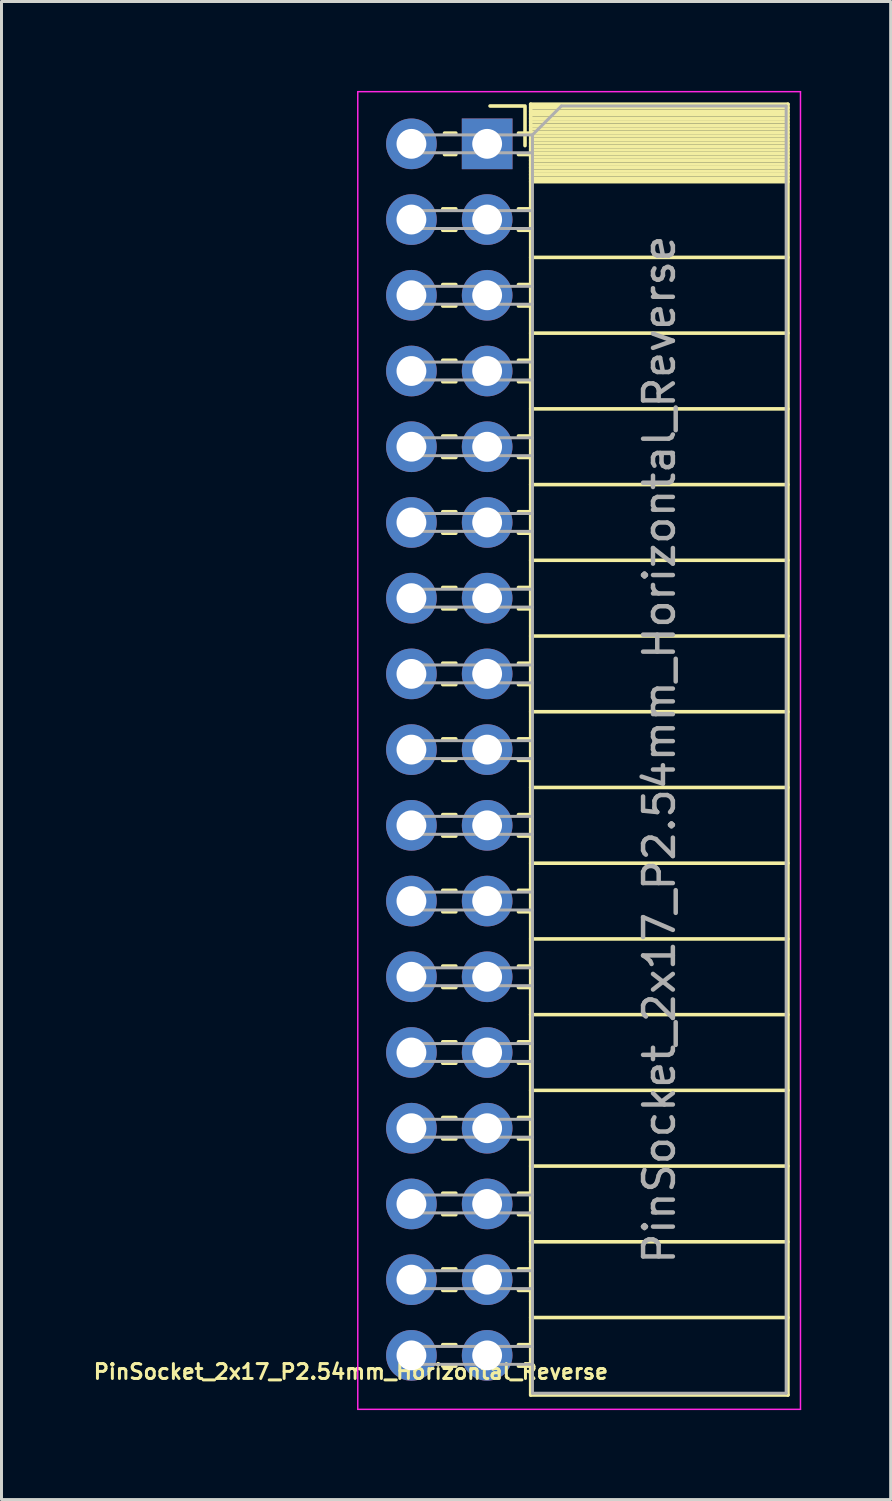
<source format=kicad_pcb>
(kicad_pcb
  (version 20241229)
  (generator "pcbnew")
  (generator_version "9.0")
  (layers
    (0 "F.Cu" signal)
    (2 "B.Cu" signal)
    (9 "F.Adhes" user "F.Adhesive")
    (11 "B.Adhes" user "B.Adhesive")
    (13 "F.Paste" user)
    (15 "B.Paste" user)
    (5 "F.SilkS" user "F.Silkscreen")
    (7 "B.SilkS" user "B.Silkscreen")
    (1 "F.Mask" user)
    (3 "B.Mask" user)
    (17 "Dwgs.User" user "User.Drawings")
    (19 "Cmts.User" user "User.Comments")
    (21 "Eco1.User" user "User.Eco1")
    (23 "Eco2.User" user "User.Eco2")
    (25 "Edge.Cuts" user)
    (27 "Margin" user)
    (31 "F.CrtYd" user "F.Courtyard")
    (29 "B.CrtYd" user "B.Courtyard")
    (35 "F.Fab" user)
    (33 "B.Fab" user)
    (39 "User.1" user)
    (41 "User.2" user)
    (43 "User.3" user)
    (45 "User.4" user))
  (footprint "PinSocket_2x17_P2.54mm_Horizontal_Reverse"
    (layer "F.Cu")
    (at 13.291 1.775)
    (property "Reference" "PinSocket_2x17_P2.54mm_Horizontal_Reverse" (at -4.572 41.188 0) (layer "F.SilkS") (effects (font (size 0.5 0.5) (thickness 0.1))))
    (attr through_hole)
    (fp_line (start -1.05 -0.36) (end -1.43 -0.36) (stroke (width 0.12) (type solid)) (layer "F.SilkS"))
    (fp_line (start -1.05 0.36) (end -1.43 0.36) (stroke (width 0.12) (type solid)) (layer "F.SilkS"))
    (fp_line (start -1.05 2.18) (end -1.49 2.18) (stroke (width 0.12) (type solid)) (layer "F.SilkS"))
    (fp_line (start -1.05 2.9) (end -1.49 2.9) (stroke (width 0.12) (type solid)) (layer "F.SilkS"))
    (fp_line (start -1.05 4.72) (end -1.49 4.72) (stroke (width 0.12) (type solid)) (layer "F.SilkS"))
    (fp_line (start -1.05 5.44) (end -1.49 5.44) (stroke (width 0.12) (type solid)) (layer "F.SilkS"))
    (fp_line (start -1.05 7.26) (end -1.49 7.26) (stroke (width 0.12) (type solid)) (layer "F.SilkS"))
    (fp_line (start -1.05 7.98) (end -1.49 7.98) (stroke (width 0.12) (type solid)) (layer "F.SilkS"))
    (fp_line (start -1.05 9.8) (end -1.49 9.8) (stroke (width 0.12) (type solid)) (layer "F.SilkS"))
    (fp_line (start -1.05 10.52) (end -1.49 10.52) (stroke (width 0.12) (type solid)) (layer "F.SilkS"))
    (fp_line (start -1.05 12.34) (end -1.49 12.34) (stroke (width 0.12) (type solid)) (layer "F.SilkS"))
    (fp_line (start -1.05 13.06) (end -1.49 13.06) (stroke (width 0.12) (type solid)) (layer "F.SilkS"))
    (fp_line (start -1.05 14.88) (end -1.49 14.88) (stroke (width 0.12) (type solid)) (layer "F.SilkS"))
    (fp_line (start -1.05 15.6) (end -1.49 15.6) (stroke (width 0.12) (type solid)) (layer "F.SilkS"))
    (fp_line (start -1.05 17.42) (end -1.49 17.42) (stroke (width 0.12) (type solid)) (layer "F.SilkS"))
    (fp_line (start -1.05 18.14) (end -1.49 18.14) (stroke (width 0.12) (type solid)) (layer "F.SilkS"))
    (fp_line (start -1.05 19.96) (end -1.49 19.96) (stroke (width 0.12) (type solid)) (layer "F.SilkS"))
    (fp_line (start -1.05 20.68) (end -1.49 20.68) (stroke (width 0.12) (type solid)) (layer "F.SilkS"))
    (fp_line (start -1.05 22.5) (end -1.49 22.5) (stroke (width 0.12) (type solid)) (layer "F.SilkS"))
    (fp_line (start -1.05 23.22) (end -1.49 23.22) (stroke (width 0.12) (type solid)) (layer "F.SilkS"))
    (fp_line (start -1.05 25.04) (end -1.49 25.04) (stroke (width 0.12) (type solid)) (layer "F.SilkS"))
    (fp_line (start -1.05 25.76) (end -1.49 25.76) (stroke (width 0.12) (type solid)) (layer "F.SilkS"))
    (fp_line (start -1.05 27.58) (end -1.49 27.58) (stroke (width 0.12) (type solid)) (layer "F.SilkS"))
    (fp_line (start -1.05 28.3) (end -1.49 28.3) (stroke (width 0.12) (type solid)) (layer "F.SilkS"))
    (fp_line (start -1.05 30.12) (end -1.49 30.12) (stroke (width 0.12) (type solid)) (layer "F.SilkS"))
    (fp_line (start -1.05 30.84) (end -1.49 30.84) (stroke (width 0.12) (type solid)) (layer "F.SilkS"))
    (fp_line (start -1.05 32.66) (end -1.49 32.66) (stroke (width 0.12) (type solid)) (layer "F.SilkS"))
    (fp_line (start -1.05 33.38) (end -1.49 33.38) (stroke (width 0.12) (type solid)) (layer "F.SilkS"))
    (fp_line (start -1.05 35.2) (end -1.49 35.2) (stroke (width 0.12) (type solid)) (layer "F.SilkS"))
    (fp_line (start -1.05 35.92) (end -1.49 35.92) (stroke (width 0.12) (type solid)) (layer "F.SilkS"))
    (fp_line (start -1.05 37.74) (end -1.49 37.74) (stroke (width 0.12) (type solid)) (layer "F.SilkS"))
    (fp_line (start -1.05 38.46) (end -1.49 38.46) (stroke (width 0.12) (type solid)) (layer "F.SilkS"))
    (fp_line (start -1.05 40.28) (end -1.49 40.28) (stroke (width 0.12) (type solid)) (layer "F.SilkS"))
    (fp_line (start -1.05 41) (end -1.49 41) (stroke (width 0.12) (type solid)) (layer "F.SilkS"))
    (fp_line (start 1.206 -1.27) (end 0.097 -1.27) (stroke (width 0.12) (type solid)) (layer "F.SilkS"))
    (fp_line (start 1.27 -1.27) (end 1.27 0.06) (stroke (width 0.12) (type solid)) (layer "F.SilkS"))
    (fp_line (start 1.46 -1.33) (end 1.46 41.97) (stroke (width 0.12) (type solid)) (layer "F.SilkS"))
    (fp_line (start 1.46 -0.36) (end 1.05 -0.36) (stroke (width 0.12) (type solid)) (layer "F.SilkS"))
    (fp_line (start 1.46 0.36) (end 1.05 0.36) (stroke (width 0.12) (type solid)) (layer "F.SilkS"))
    (fp_line (start 1.46 2.18) (end 1.05 2.18) (stroke (width 0.12) (type solid)) (layer "F.SilkS"))
    (fp_line (start 1.46 2.9) (end 1.05 2.9) (stroke (width 0.12) (type solid)) (layer "F.SilkS"))
    (fp_line (start 1.46 4.72) (end 1.05 4.72) (stroke (width 0.12) (type solid)) (layer "F.SilkS"))
    (fp_line (start 1.46 5.44) (end 1.05 5.44) (stroke (width 0.12) (type solid)) (layer "F.SilkS"))
    (fp_line (start 1.46 7.26) (end 1.05 7.26) (stroke (width 0.12) (type solid)) (layer "F.SilkS"))
    (fp_line (start 1.46 7.98) (end 1.05 7.98) (stroke (width 0.12) (type solid)) (layer "F.SilkS"))
    (fp_line (start 1.46 9.8) (end 1.05 9.8) (stroke (width 0.12) (type solid)) (layer "F.SilkS"))
    (fp_line (start 1.46 10.52) (end 1.05 10.52) (stroke (width 0.12) (type solid)) (layer "F.SilkS"))
    (fp_line (start 1.46 12.34) (end 1.05 12.34) (stroke (width 0.12) (type solid)) (layer "F.SilkS"))
    (fp_line (start 1.46 13.06) (end 1.05 13.06) (stroke (width 0.12) (type solid)) (layer "F.SilkS"))
    (fp_line (start 1.46 14.88) (end 1.05 14.88) (stroke (width 0.12) (type solid)) (layer "F.SilkS"))
    (fp_line (start 1.46 15.6) (end 1.05 15.6) (stroke (width 0.12) (type solid)) (layer "F.SilkS"))
    (fp_line (start 1.46 17.42) (end 1.05 17.42) (stroke (width 0.12) (type solid)) (layer "F.SilkS"))
    (fp_line (start 1.46 18.14) (end 1.05 18.14) (stroke (width 0.12) (type solid)) (layer "F.SilkS"))
    (fp_line (start 1.46 19.96) (end 1.05 19.96) (stroke (width 0.12) (type solid)) (layer "F.SilkS"))
    (fp_line (start 1.46 20.68) (end 1.05 20.68) (stroke (width 0.12) (type solid)) (layer "F.SilkS"))
    (fp_line (start 1.46 22.5) (end 1.05 22.5) (stroke (width 0.12) (type solid)) (layer "F.SilkS"))
    (fp_line (start 1.46 23.22) (end 1.05 23.22) (stroke (width 0.12) (type solid)) (layer "F.SilkS"))
    (fp_line (start 1.46 25.04) (end 1.05 25.04) (stroke (width 0.12) (type solid)) (layer "F.SilkS"))
    (fp_line (start 1.46 25.76) (end 1.05 25.76) (stroke (width 0.12) (type solid)) (layer "F.SilkS"))
    (fp_line (start 1.46 27.58) (end 1.05 27.58) (stroke (width 0.12) (type solid)) (layer "F.SilkS"))
    (fp_line (start 1.46 28.3) (end 1.05 28.3) (stroke (width 0.12) (type solid)) (layer "F.SilkS"))
    (fp_line (start 1.46 30.12) (end 1.05 30.12) (stroke (width 0.12) (type solid)) (layer "F.SilkS"))
    (fp_line (start 1.46 30.84) (end 1.05 30.84) (stroke (width 0.12) (type solid)) (layer "F.SilkS"))
    (fp_line (start 1.46 32.66) (end 1.05 32.66) (stroke (width 0.12) (type solid)) (layer "F.SilkS"))
    (fp_line (start 1.46 33.38) (end 1.05 33.38) (stroke (width 0.12) (type solid)) (layer "F.SilkS"))
    (fp_line (start 1.46 35.2) (end 1.05 35.2) (stroke (width 0.12) (type solid)) (layer "F.SilkS"))
    (fp_line (start 1.46 35.92) (end 1.05 35.92) (stroke (width 0.12) (type solid)) (layer "F.SilkS"))
    (fp_line (start 1.46 37.74) (end 1.05 37.74) (stroke (width 0.12) (type solid)) (layer "F.SilkS"))
    (fp_line (start 1.46 38.46) (end 1.05 38.46) (stroke (width 0.12) (type solid)) (layer "F.SilkS"))
    (fp_line (start 1.46 40.28) (end 1.05 40.28) (stroke (width 0.12) (type solid)) (layer "F.SilkS"))
    (fp_line (start 1.46 41) (end 1.05 41) (stroke (width 0.12) (type solid)) (layer "F.SilkS"))
    (fp_line (start 10.09 -1.33) (end 1.46 -1.33) (stroke (width 0.12) (type solid)) (layer "F.SilkS"))
    (fp_line (start 10.09 -1.33) (end 10.09 41.97) (stroke (width 0.12) (type solid)) (layer "F.SilkS"))
    (fp_line (start 10.09 -1.21) (end 1.46 -1.21) (stroke (width 0.12) (type solid)) (layer "F.SilkS"))
    (fp_line (start 10.09 -1.092) (end 1.46 -1.092) (stroke (width 0.12) (type solid)) (layer "F.SilkS"))
    (fp_line (start 10.09 -0.974) (end 1.46 -0.974) (stroke (width 0.12) (type solid)) (layer "F.SilkS"))
    (fp_line (start 10.09 -0.856) (end 1.46 -0.856) (stroke (width 0.12) (type solid)) (layer "F.SilkS"))
    (fp_line (start 10.09 -0.738) (end 1.46 -0.738) (stroke (width 0.12) (type solid)) (layer "F.SilkS"))
    (fp_line (start 10.09 -0.62) (end 1.46 -0.62) (stroke (width 0.12) (type solid)) (layer "F.SilkS"))
    (fp_line (start 10.09 -0.501) (end 1.46 -0.501) (stroke (width 0.12) (type solid)) (layer "F.SilkS"))
    (fp_line (start 10.09 -0.383) (end 1.46 -0.383) (stroke (width 0.12) (type solid)) (layer "F.SilkS"))
    (fp_line (start 10.09 -0.265) (end 1.46 -0.265) (stroke (width 0.12) (type solid)) (layer "F.SilkS"))
    (fp_line (start 10.09 -0.147) (end 1.46 -0.147) (stroke (width 0.12) (type solid)) (layer "F.SilkS"))
    (fp_line (start 10.09 -0.029) (end 1.46 -0.029) (stroke (width 0.12) (type solid)) (layer "F.SilkS"))
    (fp_line (start 10.09 0.089) (end 1.46 0.089) (stroke (width 0.12) (type solid)) (layer "F.SilkS"))
    (fp_line (start 10.09 0.207) (end 1.46 0.207) (stroke (width 0.12) (type solid)) (layer "F.SilkS"))
    (fp_line (start 10.09 0.325) (end 1.46 0.325) (stroke (width 0.12) (type solid)) (layer "F.SilkS"))
    (fp_line (start 10.09 0.443) (end 1.46 0.443) (stroke (width 0.12) (type solid)) (layer "F.SilkS"))
    (fp_line (start 10.09 0.561) (end 1.46 0.561) (stroke (width 0.12) (type solid)) (layer "F.SilkS"))
    (fp_line (start 10.09 0.68) (end 1.46 0.68) (stroke (width 0.12) (type solid)) (layer "F.SilkS"))
    (fp_line (start 10.09 0.798) (end 1.46 0.798) (stroke (width 0.12) (type solid)) (layer "F.SilkS"))
    (fp_line (start 10.09 0.916) (end 1.46 0.916) (stroke (width 0.12) (type solid)) (layer "F.SilkS"))
    (fp_line (start 10.09 1.034) (end 1.46 1.034) (stroke (width 0.12) (type solid)) (layer "F.SilkS"))
    (fp_line (start 10.09 1.152) (end 1.46 1.152) (stroke (width 0.12) (type solid)) (layer "F.SilkS"))
    (fp_line (start 10.09 1.27) (end 1.46 1.27) (stroke (width 0.12) (type solid)) (layer "F.SilkS"))
    (fp_line (start 10.09 3.81) (end 1.46 3.81) (stroke (width 0.12) (type solid)) (layer "F.SilkS"))
    (fp_line (start 10.09 6.35) (end 1.46 6.35) (stroke (width 0.12) (type solid)) (layer "F.SilkS"))
    (fp_line (start 10.09 8.89) (end 1.46 8.89) (stroke (width 0.12) (type solid)) (layer "F.SilkS"))
    (fp_line (start 10.09 11.43) (end 1.46 11.43) (stroke (width 0.12) (type solid)) (layer "F.SilkS"))
    (fp_line (start 10.09 13.97) (end 1.46 13.97) (stroke (width 0.12) (type solid)) (layer "F.SilkS"))
    (fp_line (start 10.09 16.51) (end 1.46 16.51) (stroke (width 0.12) (type solid)) (layer "F.SilkS"))
    (fp_line (start 10.09 19.05) (end 1.46 19.05) (stroke (width 0.12) (type solid)) (layer "F.SilkS"))
    (fp_line (start 10.09 21.59) (end 1.46 21.59) (stroke (width 0.12) (type solid)) (layer "F.SilkS"))
    (fp_line (start 10.09 24.13) (end 1.46 24.13) (stroke (width 0.12) (type solid)) (layer "F.SilkS"))
    (fp_line (start 10.09 26.67) (end 1.46 26.67) (stroke (width 0.12) (type solid)) (layer "F.SilkS"))
    (fp_line (start 10.09 29.21) (end 1.46 29.21) (stroke (width 0.12) (type solid)) (layer "F.SilkS"))
    (fp_line (start 10.09 31.75) (end 1.46 31.75) (stroke (width 0.12) (type solid)) (layer "F.SilkS"))
    (fp_line (start 10.09 34.29) (end 1.46 34.29) (stroke (width 0.12) (type solid)) (layer "F.SilkS"))
    (fp_line (start 10.09 36.83) (end 1.46 36.83) (stroke (width 0.12) (type solid)) (layer "F.SilkS"))
    (fp_line (start 10.09 39.37) (end 1.46 39.37) (stroke (width 0.12) (type solid)) (layer "F.SilkS"))
    (fp_line (start 10.09 41.97) (end 1.46 41.97) (stroke (width 0.12) (type solid)) (layer "F.SilkS"))
    (fp_line (start -4.34 -1.75) (end 10.51 -1.75) (stroke (width 0.05) (type solid)) (layer "F.CrtYd"))
    (fp_line (start -4.34 42.45) (end -4.34 -1.75) (stroke (width 0.05) (type solid)) (layer "F.CrtYd"))
    (fp_line (start 10.51 -1.75) (end 10.51 42.45) (stroke (width 0.05) (type solid)) (layer "F.CrtYd"))
    (fp_line (start 10.51 42.45) (end -4.34 42.45) (stroke (width 0.05) (type solid)) (layer "F.CrtYd"))
    (fp_line (start -2.54 -0.3) (end 1.52 -0.3) (stroke (width 0.1) (type solid)) (layer "F.Fab"))
    (fp_line (start -2.54 0.3) (end -2.54 -0.3) (stroke (width 0.1) (type solid)) (layer "F.Fab"))
    (fp_line (start -2.54 2.24) (end 1.52 2.24) (stroke (width 0.1) (type solid)) (layer "F.Fab"))
    (fp_line (start -2.54 2.84) (end -2.54 2.24) (stroke (width 0.1) (type solid)) (layer "F.Fab"))
    (fp_line (start -2.54 4.78) (end 1.52 4.78) (stroke (width 0.1) (type solid)) (layer "F.Fab"))
    (fp_line (start -2.54 5.38) (end -2.54 4.78) (stroke (width 0.1) (type solid)) (layer "F.Fab"))
    (fp_line (start -2.54 7.32) (end 1.52 7.32) (stroke (width 0.1) (type solid)) (layer "F.Fab"))
    (fp_line (start -2.54 7.92) (end -2.54 7.32) (stroke (width 0.1) (type solid)) (layer "F.Fab"))
    (fp_line (start -2.54 9.86) (end 1.52 9.86) (stroke (width 0.1) (type solid)) (layer "F.Fab"))
    (fp_line (start -2.54 10.46) (end -2.54 9.86) (stroke (width 0.1) (type solid)) (layer "F.Fab"))
    (fp_line (start -2.54 12.4) (end 1.52 12.4) (stroke (width 0.1) (type solid)) (layer "F.Fab"))
    (fp_line (start -2.54 13) (end -2.54 12.4) (stroke (width 0.1) (type solid)) (layer "F.Fab"))
    (fp_line (start -2.54 14.94) (end 1.52 14.94) (stroke (width 0.1) (type solid)) (layer "F.Fab"))
    (fp_line (start -2.54 15.54) (end -2.54 14.94) (stroke (width 0.1) (type solid)) (layer "F.Fab"))
    (fp_line (start -2.54 17.48) (end 1.52 17.48) (stroke (width 0.1) (type solid)) (layer "F.Fab"))
    (fp_line (start -2.54 18.08) (end -2.54 17.48) (stroke (width 0.1) (type solid)) (layer "F.Fab"))
    (fp_line (start -2.54 20.02) (end 1.52 20.02) (stroke (width 0.1) (type solid)) (layer "F.Fab"))
    (fp_line (start -2.54 20.62) (end -2.54 20.02) (stroke (width 0.1) (type solid)) (layer "F.Fab"))
    (fp_line (start -2.54 22.56) (end 1.52 22.56) (stroke (width 0.1) (type solid)) (layer "F.Fab"))
    (fp_line (start -2.54 23.16) (end -2.54 22.56) (stroke (width 0.1) (type solid)) (layer "F.Fab"))
    (fp_line (start -2.54 25.1) (end 1.52 25.1) (stroke (width 0.1) (type solid)) (layer "F.Fab"))
    (fp_line (start -2.54 25.7) (end -2.54 25.1) (stroke (width 0.1) (type solid)) (layer "F.Fab"))
    (fp_line (start -2.54 27.64) (end 1.52 27.64) (stroke (width 0.1) (type solid)) (layer "F.Fab"))
    (fp_line (start -2.54 28.24) (end -2.54 27.64) (stroke (width 0.1) (type solid)) (layer "F.Fab"))
    (fp_line (start -2.54 30.18) (end 1.52 30.18) (stroke (width 0.1) (type solid)) (layer "F.Fab"))
    (fp_line (start -2.54 30.78) (end -2.54 30.18) (stroke (width 0.1) (type solid)) (layer "F.Fab"))
    (fp_line (start -2.54 32.72) (end 1.52 32.72) (stroke (width 0.1) (type solid)) (layer "F.Fab"))
    (fp_line (start -2.54 33.32) (end -2.54 32.72) (stroke (width 0.1) (type solid)) (layer "F.Fab"))
    (fp_line (start -2.54 35.26) (end 1.52 35.26) (stroke (width 0.1) (type solid)) (layer "F.Fab"))
    (fp_line (start -2.54 35.86) (end -2.54 35.26) (stroke (width 0.1) (type solid)) (layer "F.Fab"))
    (fp_line (start -2.54 37.8) (end 1.52 37.8) (stroke (width 0.1) (type solid)) (layer "F.Fab"))
    (fp_line (start -2.54 38.4) (end -2.54 37.8) (stroke (width 0.1) (type solid)) (layer "F.Fab"))
    (fp_line (start -2.54 40.34) (end 1.52 40.34) (stroke (width 0.1) (type solid)) (layer "F.Fab"))
    (fp_line (start -2.54 40.94) (end -2.54 40.34) (stroke (width 0.1) (type solid)) (layer "F.Fab"))
    (fp_line (start 1.52 -0.3) (end 1.52 41.91) (stroke (width 0.1) (type solid)) (layer "F.Fab"))
    (fp_line (start 1.52 0.3) (end -2.54 0.3) (stroke (width 0.1) (type solid)) (layer "F.Fab"))
    (fp_line (start 1.52 2.84) (end -2.54 2.84) (stroke (width 0.1) (type solid)) (layer "F.Fab"))
    (fp_line (start 1.52 5.38) (end -2.54 5.38) (stroke (width 0.1) (type solid)) (layer "F.Fab"))
    (fp_line (start 1.52 7.92) (end -2.54 7.92) (stroke (width 0.1) (type solid)) (layer "F.Fab"))
    (fp_line (start 1.52 10.46) (end -2.54 10.46) (stroke (width 0.1) (type solid)) (layer "F.Fab"))
    (fp_line (start 1.52 13) (end -2.54 13) (stroke (width 0.1) (type solid)) (layer "F.Fab"))
    (fp_line (start 1.52 15.54) (end -2.54 15.54) (stroke (width 0.1) (type solid)) (layer "F.Fab"))
    (fp_line (start 1.52 18.08) (end -2.54 18.08) (stroke (width 0.1) (type solid)) (layer "F.Fab"))
    (fp_line (start 1.52 20.62) (end -2.54 20.62) (stroke (width 0.1) (type solid)) (layer "F.Fab"))
    (fp_line (start 1.52 23.16) (end -2.54 23.16) (stroke (width 0.1) (type solid)) (layer "F.Fab"))
    (fp_line (start 1.52 25.7) (end -2.54 25.7) (stroke (width 0.1) (type solid)) (layer "F.Fab"))
    (fp_line (start 1.52 28.24) (end -2.54 28.24) (stroke (width 0.1) (type solid)) (layer "F.Fab"))
    (fp_line (start 1.52 30.78) (end -2.54 30.78) (stroke (width 0.1) (type solid)) (layer "F.Fab"))
    (fp_line (start 1.52 33.32) (end -2.54 33.32) (stroke (width 0.1) (type solid)) (layer "F.Fab"))
    (fp_line (start 1.52 35.86) (end -2.54 35.86) (stroke (width 0.1) (type solid)) (layer "F.Fab"))
    (fp_line (start 1.52 38.4) (end -2.54 38.4) (stroke (width 0.1) (type solid)) (layer "F.Fab"))
    (fp_line (start 1.52 40.94) (end -2.54 40.94) (stroke (width 0.1) (type solid)) (layer "F.Fab"))
    (fp_line (start 1.52 41.91) (end 10.03 41.91) (stroke (width 0.1) (type solid)) (layer "F.Fab"))
    (fp_line (start 2.49 -1.27) (end 1.52 -0.3) (stroke (width 0.1) (type solid)) (layer "F.Fab"))
    (fp_line (start 10.03 -1.27) (end 2.49 -1.27) (stroke (width 0.1) (type solid)) (layer "F.Fab"))
    (fp_line (start 10.03 41.91) (end 10.03 -1.27) (stroke (width 0.1) (type solid)) (layer "F.Fab"))
    (fp_text user "${REFERENCE}" (at 5.775 20.32 90) (layer "F.Fab") (effects (font (size 1 1) (thickness 0.15))))
    (pad "1" thru_hole rect (at 0 0) (size 1.7 1.7) (drill 1) (layers "*.Cu" "*.Mask"))
    (pad "2" thru_hole oval (at -2.54 0) (size 1.7 1.7) (drill 1) (layers "*.Cu" "*.Mask"))
    (pad "3" thru_hole oval (at 0 2.54) (size 1.7 1.7) (drill 1) (layers "*.Cu" "*.Mask"))
    (pad "4" thru_hole oval (at -2.54 2.54) (size 1.7 1.7) (drill 1) (layers "*.Cu" "*.Mask"))
    (pad "5" thru_hole oval (at 0 5.08) (size 1.7 1.7) (drill 1) (layers "*.Cu" "*.Mask"))
    (pad "6" thru_hole oval (at -2.54 5.08) (size 1.7 1.7) (drill 1) (layers "*.Cu" "*.Mask"))
    (pad "7" thru_hole oval (at 0 7.62) (size 1.7 1.7) (drill 1) (layers "*.Cu" "*.Mask"))
    (pad "8" thru_hole oval (at -2.54 7.62) (size 1.7 1.7) (drill 1) (layers "*.Cu" "*.Mask"))
    (pad "9" thru_hole oval (at 0 10.16) (size 1.7 1.7) (drill 1) (layers "*.Cu" "*.Mask"))
    (pad "10" thru_hole oval (at -2.54 10.16) (size 1.7 1.7) (drill 1) (layers "*.Cu" "*.Mask"))
    (pad "11" thru_hole oval (at 0 12.7) (size 1.7 1.7) (drill 1) (layers "*.Cu" "*.Mask"))
    (pad "12" thru_hole oval (at -2.54 12.7) (size 1.7 1.7) (drill 1) (layers "*.Cu" "*.Mask"))
    (pad "13" thru_hole oval (at 0 15.24) (size 1.7 1.7) (drill 1) (layers "*.Cu" "*.Mask"))
    (pad "14" thru_hole oval (at -2.54 15.24) (size 1.7 1.7) (drill 1) (layers "*.Cu" "*.Mask"))
    (pad "15" thru_hole oval (at 0 17.78) (size 1.7 1.7) (drill 1) (layers "*.Cu" "*.Mask"))
    (pad "16" thru_hole oval (at -2.54 17.78) (size 1.7 1.7) (drill 1) (layers "*.Cu" "*.Mask"))
    (pad "17" thru_hole oval (at 0 20.32) (size 1.7 1.7) (drill 1) (layers "*.Cu" "*.Mask"))
    (pad "18" thru_hole oval (at -2.54 20.32) (size 1.7 1.7) (drill 1) (layers "*.Cu" "*.Mask"))
    (pad "19" thru_hole oval (at 0 22.86) (size 1.7 1.7) (drill 1) (layers "*.Cu" "*.Mask"))
    (pad "20" thru_hole oval (at -2.54 22.86) (size 1.7 1.7) (drill 1) (layers "*.Cu" "*.Mask"))
    (pad "21" thru_hole oval (at 0 25.4) (size 1.7 1.7) (drill 1) (layers "*.Cu" "*.Mask"))
    (pad "22" thru_hole oval (at -2.54 25.4) (size 1.7 1.7) (drill 1) (layers "*.Cu" "*.Mask"))
    (pad "23" thru_hole oval (at 0 27.94) (size 1.7 1.7) (drill 1) (layers "*.Cu" "*.Mask"))
    (pad "24" thru_hole oval (at -2.54 27.94) (size 1.7 1.7) (drill 1) (layers "*.Cu" "*.Mask"))
    (pad "25" thru_hole oval (at 0 30.48) (size 1.7 1.7) (drill 1) (layers "*.Cu" "*.Mask"))
    (pad "26" thru_hole oval (at -2.54 30.48) (size 1.7 1.7) (drill 1) (layers "*.Cu" "*.Mask"))
    (pad "27" thru_hole oval (at 0 33.02) (size 1.7 1.7) (drill 1) (layers "*.Cu" "*.Mask"))
    (pad "28" thru_hole oval (at -2.54 33.02) (size 1.7 1.7) (drill 1) (layers "*.Cu" "*.Mask"))
    (pad "29" thru_hole oval (at 0 35.56) (size 1.7 1.7) (drill 1) (layers "*.Cu" "*.Mask"))
    (pad "30" thru_hole oval (at -2.54 35.56) (size 1.7 1.7) (drill 1) (layers "*.Cu" "*.Mask"))
    (pad "31" thru_hole oval (at 0 38.1) (size 1.7 1.7) (drill 1) (layers "*.Cu" "*.Mask"))
    (pad "32" thru_hole oval (at -2.54 38.1) (size 1.7 1.7) (drill 1) (layers "*.Cu" "*.Mask"))
    (pad "33" thru_hole oval (at 0 40.64) (size 1.7 1.7) (drill 1) (layers "*.Cu" "*.Mask"))
    (pad "34" thru_hole oval (at -2.54 40.64) (size 1.7 1.7) (drill 1) (layers "*.Cu" "*.Mask")))
  (gr_rect
    (start -3 -3)
    (end 26.826 47.25)
    (stroke (width 0.1) (type default))
    (fill no)
    (layer "Edge.Cuts")))
</source>
